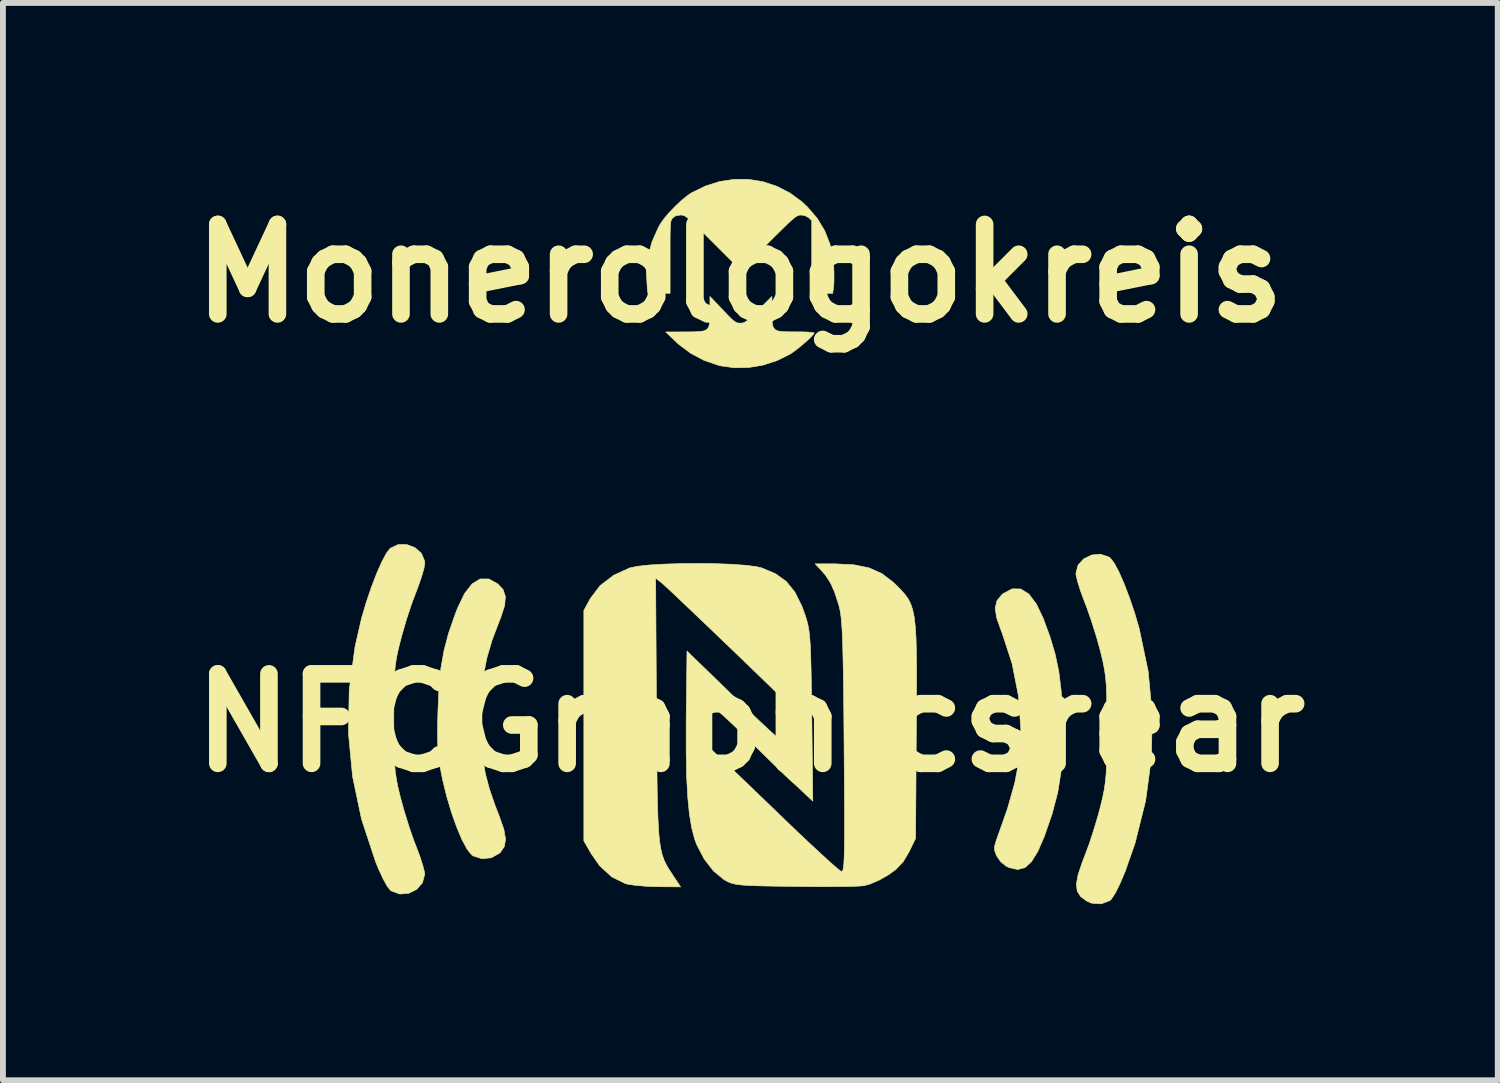
<source format=kicad_pcb>
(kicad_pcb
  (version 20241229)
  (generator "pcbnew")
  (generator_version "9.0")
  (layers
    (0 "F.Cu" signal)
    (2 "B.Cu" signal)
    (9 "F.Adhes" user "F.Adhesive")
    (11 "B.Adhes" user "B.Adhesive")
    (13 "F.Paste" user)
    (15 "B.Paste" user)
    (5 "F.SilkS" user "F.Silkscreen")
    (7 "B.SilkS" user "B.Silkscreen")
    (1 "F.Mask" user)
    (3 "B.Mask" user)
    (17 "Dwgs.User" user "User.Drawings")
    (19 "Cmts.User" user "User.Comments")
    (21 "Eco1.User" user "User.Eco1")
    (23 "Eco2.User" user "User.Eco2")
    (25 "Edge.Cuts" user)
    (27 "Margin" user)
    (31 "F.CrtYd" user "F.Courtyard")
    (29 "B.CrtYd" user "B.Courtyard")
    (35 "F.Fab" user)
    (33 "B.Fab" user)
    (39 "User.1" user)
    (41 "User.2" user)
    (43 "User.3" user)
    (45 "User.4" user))
  (footprint "NFCGraphicsrear"
    (layer "F.Cu")
    (at 9.732 9.264)
    (property "Reference" "NFCGraphicsrear" (at 0 0 0) (layer "F.SilkS") (effects (font (size 1.524 1.524) (thickness 0.3))))
    (attr through_hole)
    (fp_poly (pts (xy 4.606 -2.281) (xy 4.744 -2.195) (xy 4.872 -2.026) (xy 4.989 -1.782) (xy 5.106 -1.462) (xy 5.193 -1.169) (xy 5.254 -0.877) (xy 5.293 -0.561) (xy 5.316 -0.195) (xy 5.321 -0.042) (xy 5.323 0.412) (xy 5.296 0.812) (xy 5.237 1.183) (xy 5.141 1.55) (xy 5.008 1.934) (xy 4.898 2.188) (xy 4.79 2.364) (xy 4.678 2.466) (xy 4.554 2.498) (xy 4.413 2.467) (xy 4.36 2.443) (xy 4.265 2.366) (xy 4.195 2.265) (xy 4.162 2.177) (xy 4.162 2.095) (xy 4.196 1.981) (xy 4.209 1.948) (xy 4.382 1.458) (xy 4.505 1.021) (xy 4.575 0.654) (xy 4.608 0.112) (xy 4.569 -0.449) (xy 4.46 -1.007) (xy 4.285 -1.543) (xy 4.27 -1.579) (xy 4.195 -1.793) (xy 4.171 -1.955) (xy 4.2 -2.079) (xy 4.283 -2.182) (xy 4.306 -2.201) (xy 4.46 -2.283) (xy 4.606 -2.281)) (stroke (width 0.01) (type solid)) (fill yes) (layer "F.SilkS"))
    (fp_poly (pts (xy -4.455 -2.451) (xy -4.306 -2.37) (xy -4.212 -2.271) (xy -4.173 -2.153) (xy -4.185 -2.001) (xy -4.25 -1.799) (xy -4.271 -1.747) (xy -4.4 -1.408) (xy -4.491 -1.097) (xy -4.549 -0.787) (xy -4.579 -0.451) (xy -4.588 -0.059) (xy -4.588 -0.042) (xy -4.58 0.306) (xy -4.558 0.598) (xy -4.515 0.86) (xy -4.447 1.12) (xy -4.349 1.405) (xy -4.276 1.593) (xy -4.199 1.814) (xy -4.17 1.98) (xy -4.19 2.106) (xy -4.258 2.206) (xy -4.273 2.22) (xy -4.413 2.298) (xy -4.573 2.314) (xy -4.719 2.268) (xy -4.746 2.249) (xy -4.823 2.155) (xy -4.911 1.992) (xy -5.002 1.776) (xy -5.092 1.523) (xy -5.174 1.247) (xy -5.243 0.964) (xy -5.251 0.926) (xy -5.287 0.741) (xy -5.31 0.575) (xy -5.324 0.406) (xy -5.329 0.21) (xy -5.326 -0.033) (xy -5.321 -0.212) (xy -5.303 -0.602) (xy -5.271 -0.934) (xy -5.218 -1.232) (xy -5.142 -1.522) (xy -5.036 -1.828) (xy -4.989 -1.951) (xy -4.869 -2.202) (xy -4.739 -2.369) (xy -4.602 -2.452) (xy -4.455 -2.451)) (stroke (width 0.01) (type solid)) (fill yes) (layer "F.SilkS"))
    (fp_poly (pts (xy 6.1 -2.829) (xy 6.134 -2.805) (xy 6.2 -2.719) (xy 6.281 -2.567) (xy 6.37 -2.363) (xy 6.462 -2.123) (xy 6.55 -1.861) (xy 6.624 -1.608) (xy 6.777 -0.877) (xy 6.846 -0.142) (xy 6.832 0.594) (xy 6.734 1.326) (xy 6.553 2.052) (xy 6.386 2.529) (xy 6.301 2.731) (xy 6.221 2.893) (xy 6.153 2.999) (xy 6.126 3.027) (xy 5.978 3.083) (xy 5.815 3.072) (xy 5.736 3.039) (xy 5.63 2.962) (xy 5.569 2.87) (xy 5.554 2.749) (xy 5.583 2.588) (xy 5.655 2.372) (xy 5.695 2.27) (xy 5.774 2.058) (xy 5.856 1.806) (xy 5.931 1.553) (xy 5.959 1.446) (xy 5.998 1.287) (xy 6.027 1.148) (xy 6.047 1.012) (xy 6.061 0.862) (xy 6.068 0.681) (xy 6.072 0.453) (xy 6.074 0.159) (xy 6.074 0.106) (xy 6.073 -0.198) (xy 6.071 -0.435) (xy 6.064 -0.621) (xy 6.052 -0.773) (xy 6.033 -0.908) (xy 6.007 -1.043) (xy 5.97 -1.195) (xy 5.96 -1.235) (xy 5.894 -1.473) (xy 5.813 -1.73) (xy 5.731 -1.966) (xy 5.695 -2.058) (xy 5.629 -2.235) (xy 5.578 -2.396) (xy 5.549 -2.516) (xy 5.546 -2.55) (xy 5.583 -2.688) (xy 5.679 -2.794) (xy 5.813 -2.859) (xy 5.961 -2.874) (xy 6.1 -2.829)) (stroke (width 0.01) (type solid)) (fill yes) (layer "F.SilkS"))
    (fp_poly (pts (xy -5.713 -2.985) (xy -5.604 -2.889) (xy -5.549 -2.759) (xy -5.546 -2.72) (xy -5.561 -2.627) (xy -5.603 -2.482) (xy -5.663 -2.31) (xy -5.695 -2.227) (xy -5.774 -2.016) (xy -5.857 -1.764) (xy -5.931 -1.511) (xy -5.96 -1.404) (xy -5.999 -1.246) (xy -6.028 -1.108) (xy -6.048 -0.975) (xy -6.062 -0.828) (xy -6.069 -0.652) (xy -6.073 -0.429) (xy -6.074 -0.142) (xy -6.074 -0.064) (xy -6.073 0.242) (xy -6.069 0.48) (xy -6.062 0.667) (xy -6.05 0.82) (xy -6.03 0.957) (xy -6.003 1.095) (xy -5.966 1.25) (xy -5.959 1.277) (xy -5.893 1.515) (xy -5.813 1.773) (xy -5.731 2.009) (xy -5.695 2.1) (xy -5.629 2.276) (xy -5.579 2.433) (xy -5.55 2.547) (xy -5.547 2.58) (xy -5.586 2.725) (xy -5.685 2.837) (xy -5.821 2.904) (xy -5.972 2.916) (xy -6.118 2.862) (xy -6.126 2.857) (xy -6.183 2.788) (xy -6.257 2.654) (xy -6.341 2.471) (xy -6.386 2.36) (xy -6.623 1.641) (xy -6.776 0.912) (xy -6.846 0.178) (xy -6.833 -0.558) (xy -6.735 -1.293) (xy -6.624 -1.778) (xy -6.545 -2.046) (xy -6.457 -2.307) (xy -6.365 -2.546) (xy -6.276 -2.747) (xy -6.196 -2.896) (xy -6.134 -2.974) (xy -6 -3.037) (xy -5.852 -3.038) (xy -5.713 -2.985)) (stroke (width 0.01) (type solid)) (fill yes) (layer "F.SilkS"))
    (fp_poly (pts (xy -0.601 -2.712) (xy -0.326 -2.702) (xy -0.086 -2.685) (xy 0.099 -2.662) (xy 0.194 -2.64) (xy 0.43 -2.54) (xy 0.613 -2.408) (xy 0.758 -2.229) (xy 0.878 -1.988) (xy 0.939 -1.82) (xy 0.963 -1.74) (xy 0.983 -1.659) (xy 0.999 -1.567) (xy 1.012 -1.452) (xy 1.022 -1.307) (xy 1.029 -1.119) (xy 1.035 -0.88) (xy 1.041 -0.578) (xy 1.046 -0.204) (xy 1.047 -0.106) (xy 1.064 1.333) (xy 0.884 1.164) (xy 0.777 1.064) (xy 0.69 0.985) (xy 0.653 0.953) (xy 0.609 0.911) (xy 0.514 0.82) (xy 0.378 0.687) (xy 0.212 0.524) (xy 0.024 0.339) (xy -0.037 0.278) (xy -0.228 0.093) (xy -0.399 -0.068) (xy -0.541 -0.196) (xy -0.645 -0.283) (xy -0.702 -0.321) (xy -0.709 -0.321) (xy -0.724 -0.267) (xy -0.735 -0.15) (xy -0.741 0.006) (xy -0.741 0.048) (xy -0.741 0.385) (xy -0.529 0.581) (xy -0.444 0.661) (xy -0.307 0.79) (xy -0.13 0.959) (xy 0.078 1.159) (xy 0.307 1.379) (xy 0.546 1.61) (xy 0.586 1.648) (xy 0.816 1.869) (xy 1.03 2.07) (xy 1.217 2.244) (xy 1.371 2.384) (xy 1.483 2.481) (xy 1.545 2.53) (xy 1.552 2.533) (xy 1.566 2.529) (xy 1.578 2.503) (xy 1.588 2.451) (xy 1.595 2.365) (xy 1.6 2.239) (xy 1.603 2.066) (xy 1.605 1.84) (xy 1.605 1.554) (xy 1.603 1.201) (xy 1.6 0.775) (xy 1.597 0.395) (xy 1.593 -0.097) (xy 1.589 -0.512) (xy 1.584 -0.857) (xy 1.578 -1.141) (xy 1.572 -1.371) (xy 1.565 -1.553) (xy 1.555 -1.697) (xy 1.545 -1.809) (xy 1.532 -1.898) (xy 1.516 -1.97) (xy 1.506 -2.01) (xy 1.436 -2.226) (xy 1.365 -2.386) (xy 1.28 -2.515) (xy 1.213 -2.593) (xy 1.105 -2.709) (xy 1.445 -2.709) (xy 1.764 -2.693) (xy 2.021 -2.641) (xy 2.237 -2.545) (xy 2.429 -2.4) (xy 2.478 -2.353) (xy 2.56 -2.271) (xy 2.628 -2.195) (xy 2.685 -2.118) (xy 2.73 -2.032) (xy 2.765 -1.928) (xy 2.792 -1.8) (xy 2.81 -1.637) (xy 2.823 -1.434) (xy 2.829 -1.181) (xy 2.832 -0.87) (xy 2.831 -0.493) (xy 2.829 -0.043) (xy 2.827 0.132) (xy 2.815 1.968) (xy 2.701 2.202) (xy 2.604 2.366) (xy 2.482 2.494) (xy 2.349 2.591) (xy 2.195 2.678) (xy 2.038 2.746) (xy 1.934 2.774) (xy 1.842 2.781) (xy 1.679 2.786) (xy 1.461 2.789) (xy 1.201 2.79) (xy 0.914 2.788) (xy 0.741 2.786) (xy 0.421 2.782) (xy 0.174 2.777) (xy -0.011 2.771) (xy -0.148 2.762) (xy -0.246 2.75) (xy -0.319 2.732) (xy -0.378 2.709) (xy -0.435 2.678) (xy -0.45 2.669) (xy -0.627 2.524) (xy -0.787 2.317) (xy -0.914 2.073) (xy -0.949 1.979) (xy -0.999 1.789) (xy -1.038 1.554) (xy -1.066 1.266) (xy -1.085 0.917) (xy -1.093 0.5) (xy -1.093 0.008) (xy -1.092 -0.114) (xy -1.079 -1.223) (xy -0.233 -0.402) (xy -0.011 -0.189) (xy 0.192 0.003) (xy 0.368 0.166) (xy 0.509 0.292) (xy 0.607 0.375) (xy 0.654 0.407) (xy 0.656 0.407) (xy 0.684 0.36) (xy 0.702 0.254) (xy 0.711 0.113) (xy 0.711 -0.039) (xy 0.701 -0.176) (xy 0.68 -0.274) (xy 0.664 -0.302) (xy 0.503 -0.46) (xy 0.311 -0.647) (xy 0.094 -0.857) (xy -0.137 -1.08) (xy -0.375 -1.309) (xy -0.611 -1.535) (xy -0.836 -1.75) (xy -1.041 -1.946) (xy -1.219 -2.115) (xy -1.361 -2.249) (xy -1.458 -2.339) (xy -1.499 -2.376) (xy -1.613 -2.465) (xy -1.599 -0.227) (xy -1.596 0.286) (xy -1.592 0.722) (xy -1.588 1.089) (xy -1.582 1.394) (xy -1.573 1.644) (xy -1.562 1.847) (xy -1.547 2.01) (xy -1.526 2.142) (xy -1.501 2.249) (xy -1.469 2.339) (xy -1.43 2.42) (xy -1.383 2.499) (xy -1.328 2.583) (xy -1.308 2.614) (xy -1.188 2.794) (xy -1.578 2.791) (xy -1.773 2.784) (xy -1.956 2.768) (xy -2.094 2.747) (xy -2.128 2.738) (xy -2.361 2.623) (xy -2.567 2.434) (xy -2.709 2.231) (xy -2.836 2.011) (xy -2.836 0.048) (xy -2.836 -1.915) (xy -2.726 -2.118) (xy -2.56 -2.337) (xy -2.328 -2.515) (xy -2.056 -2.639) (xy -1.924 -2.667) (xy -1.725 -2.689) (xy -1.475 -2.704) (xy -1.194 -2.713) (xy -0.896 -2.716) (xy -0.601 -2.712)) (stroke (width 0.01) (type solid)) (fill yes) (layer "F.SilkS")))
  (footprint "Monerologokreis"
    (layer "F.Cu")
    (at 9.55 1.608)
    (property "Reference" "Monerologokreis" (at 0 0 0) (layer "F.SilkS") (effects (font (size 1.524 1.524) (thickness 0.3))))
    (attr through_hole)
    (fp_poly (pts (xy -0.29 0.619) (xy -0.206 0.708) (xy -0.144 0.77) (xy -0.098 0.81) (xy -0.063 0.833) (xy -0.032 0.844) (xy 0.001 0.847) (xy 0.01 0.847) (xy 0.045 0.845) (xy 0.076 0.836) (xy 0.111 0.816) (xy 0.155 0.781) (xy 0.215 0.725) (xy 0.297 0.645) (xy 0.322 0.619) (xy 0.55 0.392) (xy 0.55 0.648) (xy 0.551 0.767) (xy 0.556 0.856) (xy 0.572 0.918) (xy 0.604 0.958) (xy 0.657 0.981) (xy 0.738 0.992) (xy 0.851 0.995) (xy 0.959 0.995) (xy 1.069 0.996) (xy 1.162 0.999) (xy 1.23 1.005) (xy 1.266 1.011) (xy 1.27 1.014) (xy 1.254 1.04) (xy 1.212 1.085) (xy 1.152 1.142) (xy 1.079 1.206) (xy 1.003 1.269) (xy 0.93 1.325) (xy 0.868 1.368) (xy 0.86 1.373) (xy 0.638 1.484) (xy 0.401 1.561) (xy 0.157 1.602) (xy -0.087 1.607) (xy -0.323 1.574) (xy -0.36 1.565) (xy -0.606 1.481) (xy -0.835 1.359) (xy -1.041 1.205) (xy -1.084 1.164) (xy -1.259 0.997) (xy -0.93 0.996) (xy -0.786 0.995) (xy -0.68 0.99) (xy -0.605 0.978) (xy -0.555 0.952) (xy -0.526 0.909) (xy -0.512 0.845) (xy -0.508 0.753) (xy -0.507 0.644) (xy -0.506 0.392) (xy -0.29 0.619)) (stroke (width 0.01) (type solid)) (fill yes) (layer "F.SilkS"))
    (fp_poly (pts (xy 0.157 -1.602) (xy 0.4 -1.562) (xy 0.635 -1.484) (xy 0.858 -1.369) (xy 1.064 -1.217) (xy 1.154 -1.133) (xy 1.321 -0.939) (xy 1.448 -0.729) (xy 1.538 -0.5) (xy 1.59 -0.252) (xy 1.604 -0.091) (xy 1.607 0.016) (xy 1.607 0.118) (xy 1.603 0.202) (xy 1.599 0.242) (xy 1.585 0.339) (xy 1.228 0.339) (xy 1.228 -0.903) (xy 1.179 -0.949) (xy 1.109 -0.987) (xy 1.047 -0.995) (xy 1.022 -0.994) (xy 0.999 -0.988) (xy 0.972 -0.976) (xy 0.938 -0.952) (xy 0.894 -0.916) (xy 0.836 -0.863) (xy 0.76 -0.789) (xy 0.662 -0.694) (xy 0.54 -0.572) (xy 0.492 -0.524) (xy 0.021 -0.053) (xy -0.45 -0.524) (xy -0.581 -0.655) (xy -0.686 -0.759) (xy -0.769 -0.84) (xy -0.833 -0.899) (xy -0.881 -0.941) (xy -0.918 -0.969) (xy -0.947 -0.985) (xy -0.971 -0.992) (xy -0.995 -0.995) (xy -1.007 -0.995) (xy -1.083 -0.984) (xy -1.137 -0.949) (xy -1.139 -0.946) (xy -1.153 -0.931) (xy -1.163 -0.913) (xy -1.171 -0.888) (xy -1.177 -0.85) (xy -1.181 -0.796) (xy -1.183 -0.72) (xy -1.185 -0.616) (xy -1.185 -0.481) (xy -1.185 -0.31) (xy -1.185 -0.279) (xy -1.185 0.339) (xy -1.561 0.339) (xy -1.574 0.24) (xy -1.589 -0.021) (xy -1.562 -0.281) (xy -1.495 -0.534) (xy -1.387 -0.778) (xy -1.352 -0.842) (xy -1.288 -0.933) (xy -1.2 -1.037) (xy -1.096 -1.145) (xy -0.989 -1.245) (xy -0.887 -1.328) (xy -0.82 -1.373) (xy -0.583 -1.489) (xy -0.339 -1.566) (xy -0.091 -1.603) (xy 0.157 -1.602)) (stroke (width 0.01) (type solid)) (fill yes) (layer "F.SilkS")))
  (gr_rect
    (start -3 -3)
    (end 22.464 15.352)
    (stroke (width 0.1) (type default))
    (fill no)
    (layer "Edge.Cuts")))
</source>
